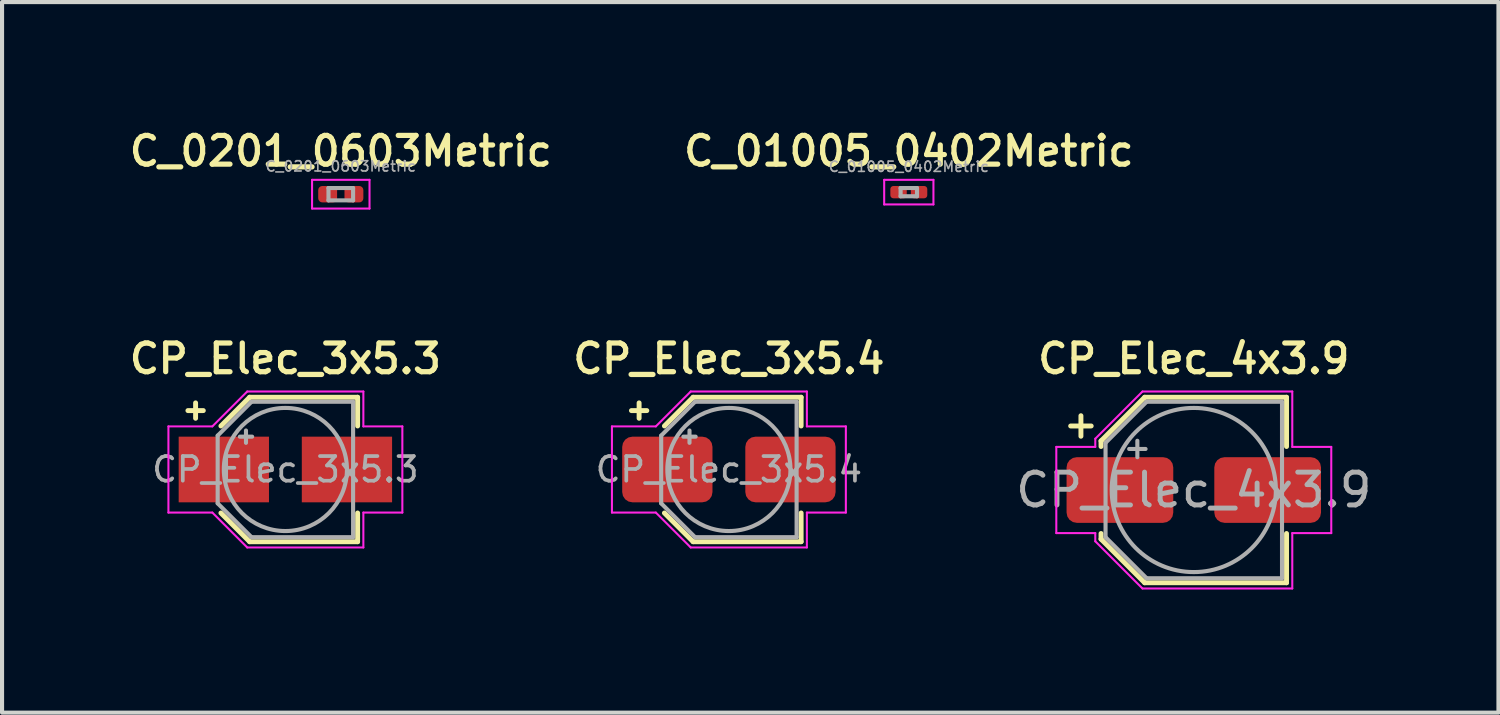
<source format=kicad_pcb>
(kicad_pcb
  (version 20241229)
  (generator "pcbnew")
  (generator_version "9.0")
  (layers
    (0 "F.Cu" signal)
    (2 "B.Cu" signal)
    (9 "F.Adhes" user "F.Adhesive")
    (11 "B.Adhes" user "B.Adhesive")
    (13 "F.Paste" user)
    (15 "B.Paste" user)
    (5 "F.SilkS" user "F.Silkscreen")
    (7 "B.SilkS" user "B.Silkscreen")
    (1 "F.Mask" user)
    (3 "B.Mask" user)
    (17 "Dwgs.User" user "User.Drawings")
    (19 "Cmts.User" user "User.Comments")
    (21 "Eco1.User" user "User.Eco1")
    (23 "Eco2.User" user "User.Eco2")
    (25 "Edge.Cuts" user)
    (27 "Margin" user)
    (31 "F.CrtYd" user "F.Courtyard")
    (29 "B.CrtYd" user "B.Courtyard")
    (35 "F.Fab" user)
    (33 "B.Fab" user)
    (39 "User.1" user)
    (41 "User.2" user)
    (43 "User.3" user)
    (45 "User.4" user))
  (footprint "C_01005_0402Metric"
    (layer "F.Cu")
    (at 19.095 1.632)
    (property "Reference" "C_01005_0402Metric" (at 0 -1 0) (layer "F.SilkS") (effects (font (size 0.7 0.7) (thickness 0.127))))
    (attr smd)
    (fp_line (start -0.6 -0.3) (end 0.6 -0.3) (stroke (width 0.05) (type solid)) (layer "F.CrtYd"))
    (fp_line (start -0.6 0.3) (end -0.6 -0.3) (stroke (width 0.05) (type solid)) (layer "F.CrtYd"))
    (fp_line (start 0.6 -0.3) (end 0.6 0.3) (stroke (width 0.05) (type solid)) (layer "F.CrtYd"))
    (fp_line (start 0.6 0.3) (end -0.6 0.3) (stroke (width 0.05) (type solid)) (layer "F.CrtYd"))
    (fp_line (start -0.2 -0.1) (end 0.2 -0.1) (stroke (width 0.1) (type solid)) (layer "F.Fab"))
    (fp_line (start -0.2 0.1) (end -0.2 -0.1) (stroke (width 0.1) (type solid)) (layer "F.Fab"))
    (fp_line (start 0.2 -0.1) (end 0.2 0.1) (stroke (width 0.1) (type solid)) (layer "F.Fab"))
    (fp_line (start 0.2 0.1) (end -0.2 0.1) (stroke (width 0.1) (type solid)) (layer "F.Fab"))
    (fp_text user "${REFERENCE}" (at 0 -0.62 0) (layer "F.Fab") (effects (font (size 0.25 0.25) (thickness 0.04))))
    (pad "" smd roundrect (at -0.275 0) (size 0.27 0.27) (layers "F.Paste") (roundrect_rratio 0.25))
    (pad "" smd roundrect (at 0.275 0) (size 0.27 0.27) (layers "F.Paste") (roundrect_rratio 0.25))
    (pad "1" smd roundrect (at -0.25 0) (size 0.4 0.3) (layers "F.Cu" "F.Mask") (roundrect_rratio 0.25))
    (pad "2" smd roundrect (at 0.25 0) (size 0.4 0.3) (layers "F.Cu" "F.Mask") (roundrect_rratio 0.25)))
  (footprint "C_0201_0603Metric"
    (layer "F.Cu")
    (at 5.254 1.682)
    (property "Reference" "C_0201_0603Metric" (at 0 -1.05 0) (layer "F.SilkS") (effects (font (size 0.7 0.7) (thickness 0.127))))
    (attr smd)
    (fp_line (start -0.7 -0.35) (end 0.7 -0.35) (stroke (width 0.05) (type solid)) (layer "F.CrtYd"))
    (fp_line (start -0.7 0.35) (end -0.7 -0.35) (stroke (width 0.05) (type solid)) (layer "F.CrtYd"))
    (fp_line (start 0.7 -0.35) (end 0.7 0.35) (stroke (width 0.05) (type solid)) (layer "F.CrtYd"))
    (fp_line (start 0.7 0.35) (end -0.7 0.35) (stroke (width 0.05) (type solid)) (layer "F.CrtYd"))
    (fp_line (start -0.3 -0.15) (end 0.3 -0.15) (stroke (width 0.1) (type solid)) (layer "F.Fab"))
    (fp_line (start -0.3 0.15) (end -0.3 -0.15) (stroke (width 0.1) (type solid)) (layer "F.Fab"))
    (fp_line (start 0.3 -0.15) (end 0.3 0.15) (stroke (width 0.1) (type solid)) (layer "F.Fab"))
    (fp_line (start 0.3 0.15) (end -0.3 0.15) (stroke (width 0.1) (type solid)) (layer "F.Fab"))
    (fp_text user "${REFERENCE}" (at 0 -0.68 0) (layer "F.Fab") (effects (font (size 0.25 0.25) (thickness 0.04))))
    (pad "" smd roundrect (at -0.345 0) (size 0.318 0.36) (layers "F.Paste") (roundrect_rratio 0.25))
    (pad "" smd roundrect (at 0.345 0) (size 0.318 0.36) (layers "F.Paste") (roundrect_rratio 0.25))
    (pad "1" smd roundrect (at -0.32 0) (size 0.46 0.4) (layers "F.Cu" "F.Mask") (roundrect_rratio 0.25))
    (pad "2" smd roundrect (at 0.32 0) (size 0.46 0.4) (layers "F.Cu" "F.Mask") (roundrect_rratio 0.25)))
  (footprint "CP_Elec_3x5.4"
    (layer "F.Cu")
    (at 14.711 8.39)
    (property "Reference" "CP_Elec_3x5.4" (at 0 -2.7 0) (layer "F.SilkS") (effects (font (size 0.7 0.7) (thickness 0.127))))
    (attr smd)
    (fp_line (start -2.375 -1.435) (end -2 -1.435) (stroke (width 0.12) (type solid)) (layer "F.SilkS"))
    (fp_line (start -2.188 -1.623) (end -2.188 -1.248) (stroke (width 0.12) (type solid)) (layer "F.SilkS"))
    (fp_line (start -1.571 -1.06) (end -0.871 -1.76) (stroke (width 0.12) (type solid)) (layer "F.SilkS"))
    (fp_line (start -1.571 1.06) (end -0.871 1.76) (stroke (width 0.12) (type solid)) (layer "F.SilkS"))
    (fp_line (start -0.871 -1.76) (end 1.76 -1.76) (stroke (width 0.12) (type solid)) (layer "F.SilkS"))
    (fp_line (start -0.871 1.76) (end 1.76 1.76) (stroke (width 0.12) (type solid)) (layer "F.SilkS"))
    (fp_line (start 1.76 -1.76) (end 1.76 -1.06) (stroke (width 0.12) (type solid)) (layer "F.SilkS"))
    (fp_line (start 1.76 1.76) (end 1.76 1.06) (stroke (width 0.12) (type solid)) (layer "F.SilkS"))
    (fp_line (start -2.85 -1.05) (end -2.85 1.05) (stroke (width 0.05) (type solid)) (layer "F.CrtYd"))
    (fp_line (start -2.85 1.05) (end -1.78 1.05) (stroke (width 0.05) (type solid)) (layer "F.CrtYd"))
    (fp_line (start -1.78 -1.05) (end -2.85 -1.05) (stroke (width 0.05) (type solid)) (layer "F.CrtYd"))
    (fp_line (start -1.78 -1.05) (end -0.93 -1.9) (stroke (width 0.05) (type solid)) (layer "F.CrtYd"))
    (fp_line (start -1.78 1.05) (end -0.93 1.9) (stroke (width 0.05) (type solid)) (layer "F.CrtYd"))
    (fp_line (start -0.93 -1.9) (end 1.9 -1.9) (stroke (width 0.05) (type solid)) (layer "F.CrtYd"))
    (fp_line (start -0.93 1.9) (end 1.9 1.9) (stroke (width 0.05) (type solid)) (layer "F.CrtYd"))
    (fp_line (start 1.9 -1.9) (end 1.9 -1.05) (stroke (width 0.05) (type solid)) (layer "F.CrtYd"))
    (fp_line (start 1.9 -1.05) (end 2.85 -1.05) (stroke (width 0.05) (type solid)) (layer "F.CrtYd"))
    (fp_line (start 1.9 1.05) (end 1.9 1.9) (stroke (width 0.05) (type solid)) (layer "F.CrtYd"))
    (fp_line (start 2.85 -1.05) (end 2.85 1.05) (stroke (width 0.05) (type solid)) (layer "F.CrtYd"))
    (fp_line (start 2.85 1.05) (end 1.9 1.05) (stroke (width 0.05) (type solid)) (layer "F.CrtYd"))
    (fp_line (start -1.65 -0.825) (end -1.65 0.825) (stroke (width 0.1) (type solid)) (layer "F.Fab"))
    (fp_line (start -1.65 -0.825) (end -0.825 -1.65) (stroke (width 0.1) (type solid)) (layer "F.Fab"))
    (fp_line (start -1.65 0.825) (end -0.825 1.65) (stroke (width 0.1) (type solid)) (layer "F.Fab"))
    (fp_line (start -1.11 -0.8) (end -0.81 -0.8) (stroke (width 0.1) (type solid)) (layer "F.Fab"))
    (fp_line (start -0.96 -0.95) (end -0.96 -0.65) (stroke (width 0.1) (type solid)) (layer "F.Fab"))
    (fp_line (start -0.825 -1.65) (end 1.65 -1.65) (stroke (width 0.1) (type solid)) (layer "F.Fab"))
    (fp_line (start -0.825 1.65) (end 1.65 1.65) (stroke (width 0.1) (type solid)) (layer "F.Fab"))
    (fp_line (start 1.65 -1.65) (end 1.65 1.65) (stroke (width 0.1) (type solid)) (layer "F.Fab"))
    (fp_circle (center 0 0) (end 1.5 0) (stroke (width 0.1) (type solid)) (fill no) (layer "F.Fab"))
    (fp_text user "${REFERENCE}" (at 0 0 0) (layer "F.Fab") (effects (font (size 0.6 0.6) (thickness 0.09))))
    (pad "1" smd roundrect (at -1.5 0) (size 2.2 1.6) (layers "F.Cu" "F.Mask" "F.Paste") (roundrect_rratio 0.156))
    (pad "2" smd roundrect (at 1.5 0) (size 2.2 1.6) (layers "F.Cu" "F.Mask" "F.Paste") (roundrect_rratio 0.156)))
  (footprint "CP_Elec_3x5.3"
    (layer "F.Cu")
    (at 3.904 8.39)
    (property "Reference" "CP_Elec_3x5.3" (at 0 -2.7 0) (layer "F.SilkS") (effects (font (size 0.7 0.7) (thickness 0.127))))
    (attr smd)
    (fp_line (start -2.375 -1.435) (end -2 -1.435) (stroke (width 0.12) (type solid)) (layer "F.SilkS"))
    (fp_line (start -2.188 -1.623) (end -2.188 -1.248) (stroke (width 0.12) (type solid)) (layer "F.SilkS"))
    (fp_line (start -1.571 -1.06) (end -0.871 -1.76) (stroke (width 0.12) (type solid)) (layer "F.SilkS"))
    (fp_line (start -1.571 1.06) (end -0.871 1.76) (stroke (width 0.12) (type solid)) (layer "F.SilkS"))
    (fp_line (start -0.871 -1.76) (end 1.76 -1.76) (stroke (width 0.12) (type solid)) (layer "F.SilkS"))
    (fp_line (start -0.871 1.76) (end 1.76 1.76) (stroke (width 0.12) (type solid)) (layer "F.SilkS"))
    (fp_line (start 1.76 -1.76) (end 1.76 -1.06) (stroke (width 0.12) (type solid)) (layer "F.SilkS"))
    (fp_line (start 1.76 1.76) (end 1.76 1.06) (stroke (width 0.12) (type solid)) (layer "F.SilkS"))
    (fp_line (start -2.85 -1.05) (end -2.85 1.05) (stroke (width 0.05) (type solid)) (layer "F.CrtYd"))
    (fp_line (start -2.85 1.05) (end -1.78 1.05) (stroke (width 0.05) (type solid)) (layer "F.CrtYd"))
    (fp_line (start -1.78 -1.05) (end -2.85 -1.05) (stroke (width 0.05) (type solid)) (layer "F.CrtYd"))
    (fp_line (start -1.78 -1.05) (end -0.93 -1.9) (stroke (width 0.05) (type solid)) (layer "F.CrtYd"))
    (fp_line (start -1.78 1.05) (end -0.93 1.9) (stroke (width 0.05) (type solid)) (layer "F.CrtYd"))
    (fp_line (start -0.93 -1.9) (end 1.9 -1.9) (stroke (width 0.05) (type solid)) (layer "F.CrtYd"))
    (fp_line (start -0.93 1.9) (end 1.9 1.9) (stroke (width 0.05) (type solid)) (layer "F.CrtYd"))
    (fp_line (start 1.9 -1.9) (end 1.9 -1.05) (stroke (width 0.05) (type solid)) (layer "F.CrtYd"))
    (fp_line (start 1.9 -1.05) (end 2.85 -1.05) (stroke (width 0.05) (type solid)) (layer "F.CrtYd"))
    (fp_line (start 1.9 1.05) (end 1.9 1.9) (stroke (width 0.05) (type solid)) (layer "F.CrtYd"))
    (fp_line (start 2.85 -1.05) (end 2.85 1.05) (stroke (width 0.05) (type solid)) (layer "F.CrtYd"))
    (fp_line (start 2.85 1.05) (end 1.9 1.05) (stroke (width 0.05) (type solid)) (layer "F.CrtYd"))
    (fp_line (start -1.65 -0.825) (end -1.65 0.825) (stroke (width 0.1) (type solid)) (layer "F.Fab"))
    (fp_line (start -1.65 -0.825) (end -0.825 -1.65) (stroke (width 0.1) (type solid)) (layer "F.Fab"))
    (fp_line (start -1.65 0.825) (end -0.825 1.65) (stroke (width 0.1) (type solid)) (layer "F.Fab"))
    (fp_line (start -1.11 -0.8) (end -0.81 -0.8) (stroke (width 0.1) (type solid)) (layer "F.Fab"))
    (fp_line (start -0.96 -0.95) (end -0.96 -0.65) (stroke (width 0.1) (type solid)) (layer "F.Fab"))
    (fp_line (start -0.825 -1.65) (end 1.65 -1.65) (stroke (width 0.1) (type solid)) (layer "F.Fab"))
    (fp_line (start -0.825 1.65) (end 1.65 1.65) (stroke (width 0.1) (type solid)) (layer "F.Fab"))
    (fp_line (start 1.65 -1.65) (end 1.65 1.65) (stroke (width 0.1) (type solid)) (layer "F.Fab"))
    (fp_circle (center 0 0) (end 1.5 0) (stroke (width 0.1) (type solid)) (fill no) (layer "F.Fab"))
    (fp_text user "${REFERENCE}" (at 0 0 0) (layer "F.Fab") (effects (font (size 0.6 0.6) (thickness 0.09))))
    (pad "1" smd rect (at -1.5 0) (size 2.2 1.6) (layers "F.Cu" "F.Mask" "F.Paste"))
    (pad "2" smd rect (at 1.5 0) (size 2.2 1.6) (layers "F.Cu" "F.Mask" "F.Paste")))
  (footprint "CP_Elec_4x3.9"
    (layer "F.Cu")
    (at 26.039 8.89)
    (property "Reference" "CP_Elec_4x3.9" (at 0 -3.2 0) (layer "F.SilkS") (effects (font (size 0.7 0.7) (thickness 0.127))))
    (attr smd)
    (fp_line (start -3 -1.56) (end -2.5 -1.56) (stroke (width 0.12) (type solid)) (layer "F.SilkS"))
    (fp_line (start -2.75 -1.81) (end -2.75 -1.31) (stroke (width 0.12) (type solid)) (layer "F.SilkS"))
    (fp_line (start -2.26 -1.196) (end -2.26 -1.06) (stroke (width 0.12) (type solid)) (layer "F.SilkS"))
    (fp_line (start -2.26 -1.196) (end -1.196 -2.26) (stroke (width 0.12) (type solid)) (layer "F.SilkS"))
    (fp_line (start -2.26 1.196) (end -2.26 1.06) (stroke (width 0.12) (type solid)) (layer "F.SilkS"))
    (fp_line (start -2.26 1.196) (end -1.196 2.26) (stroke (width 0.12) (type solid)) (layer "F.SilkS"))
    (fp_line (start -1.196 -2.26) (end 2.26 -2.26) (stroke (width 0.12) (type solid)) (layer "F.SilkS"))
    (fp_line (start -1.196 2.26) (end 2.26 2.26) (stroke (width 0.12) (type solid)) (layer "F.SilkS"))
    (fp_line (start 2.26 -2.26) (end 2.26 -1.06) (stroke (width 0.12) (type solid)) (layer "F.SilkS"))
    (fp_line (start 2.26 2.26) (end 2.26 1.06) (stroke (width 0.12) (type solid)) (layer "F.SilkS"))
    (fp_line (start -3.35 -1.05) (end -3.35 1.05) (stroke (width 0.05) (type solid)) (layer "F.CrtYd"))
    (fp_line (start -3.35 1.05) (end -2.4 1.05) (stroke (width 0.05) (type solid)) (layer "F.CrtYd"))
    (fp_line (start -2.4 -1.25) (end -2.4 -1.05) (stroke (width 0.05) (type solid)) (layer "F.CrtYd"))
    (fp_line (start -2.4 -1.25) (end -1.25 -2.4) (stroke (width 0.05) (type solid)) (layer "F.CrtYd"))
    (fp_line (start -2.4 -1.05) (end -3.35 -1.05) (stroke (width 0.05) (type solid)) (layer "F.CrtYd"))
    (fp_line (start -2.4 1.05) (end -2.4 1.25) (stroke (width 0.05) (type solid)) (layer "F.CrtYd"))
    (fp_line (start -2.4 1.25) (end -1.25 2.4) (stroke (width 0.05) (type solid)) (layer "F.CrtYd"))
    (fp_line (start -1.25 -2.4) (end 2.4 -2.4) (stroke (width 0.05) (type solid)) (layer "F.CrtYd"))
    (fp_line (start -1.25 2.4) (end 2.4 2.4) (stroke (width 0.05) (type solid)) (layer "F.CrtYd"))
    (fp_line (start 2.4 -2.4) (end 2.4 -1.05) (stroke (width 0.05) (type solid)) (layer "F.CrtYd"))
    (fp_line (start 2.4 -1.05) (end 3.35 -1.05) (stroke (width 0.05) (type solid)) (layer "F.CrtYd"))
    (fp_line (start 2.4 1.05) (end 2.4 2.4) (stroke (width 0.05) (type solid)) (layer "F.CrtYd"))
    (fp_line (start 3.35 -1.05) (end 3.35 1.05) (stroke (width 0.05) (type solid)) (layer "F.CrtYd"))
    (fp_line (start 3.35 1.05) (end 2.4 1.05) (stroke (width 0.05) (type solid)) (layer "F.CrtYd"))
    (fp_line (start -2.15 -1.15) (end -2.15 1.15) (stroke (width 0.1) (type solid)) (layer "F.Fab"))
    (fp_line (start -2.15 -1.15) (end -1.15 -2.15) (stroke (width 0.1) (type solid)) (layer "F.Fab"))
    (fp_line (start -2.15 1.15) (end -1.15 2.15) (stroke (width 0.1) (type solid)) (layer "F.Fab"))
    (fp_line (start -1.575 -1) (end -1.175 -1) (stroke (width 0.1) (type solid)) (layer "F.Fab"))
    (fp_line (start -1.375 -1.2) (end -1.375 -0.8) (stroke (width 0.1) (type solid)) (layer "F.Fab"))
    (fp_line (start -1.15 -2.15) (end 2.15 -2.15) (stroke (width 0.1) (type solid)) (layer "F.Fab"))
    (fp_line (start -1.15 2.15) (end 2.15 2.15) (stroke (width 0.1) (type solid)) (layer "F.Fab"))
    (fp_line (start 2.15 -2.15) (end 2.15 2.15) (stroke (width 0.1) (type solid)) (layer "F.Fab"))
    (fp_circle (center 0 0) (end 2 0) (stroke (width 0.1) (type solid)) (fill no) (layer "F.Fab"))
    (fp_text user "${REFERENCE}" (at 0 0 0) (layer "F.Fab") (effects (font (size 0.8 0.8) (thickness 0.12))))
    (pad "1" smd roundrect (at -1.8 0) (size 2.6 1.6) (layers "F.Cu" "F.Mask" "F.Paste") (roundrect_rratio 0.156))
    (pad "2" smd roundrect (at 1.8 0) (size 2.6 1.6) (layers "F.Cu" "F.Mask" "F.Paste") (roundrect_rratio 0.156)))
  (gr_rect
    (start -3 -3)
    (end 33.463 14.315)
    (stroke (width 0.1) (type default))
    (fill no)
    (layer "Edge.Cuts")))
</source>
